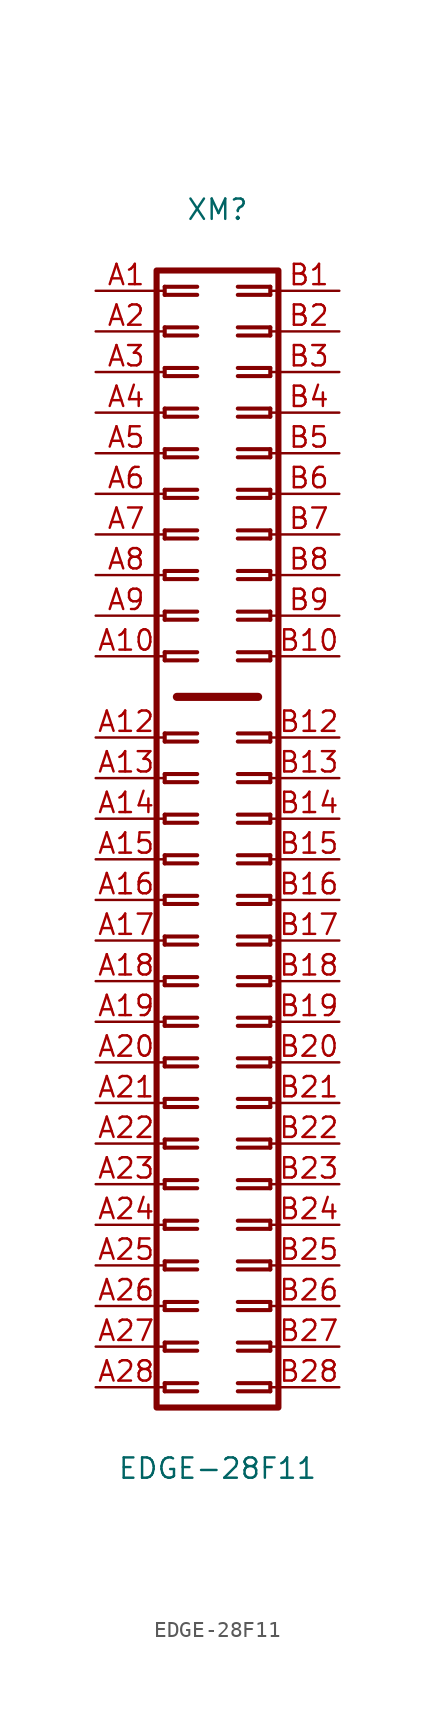
<source format=kicad_sym>
(kicad_symbol_lib
  (version 20231120)
  (generator "kicad_symbol_editor")
  (generator_version "8.0")
  (symbol "EDGE-28F11"
    (pin_names
      (offset 1.016))
    (property "Reference" "XM"
      (at 0 39.37 0)
      (effects (font (size 1.27 1.27))))
    (property "Value" "EDGE-28F11"
      (at 0 -39.37 0)
      (effects (font (size 1.27 1.27))))
    (symbol "EDGE-28F11_0_0"
      (polyline (pts (xy -2.54 8.89) (xy 2.54 8.89)) (stroke (width 0.508) (type default)) (fill (type none))))
    (symbol "EDGE-28F11_0_1"
      (rectangle (start -3.81 35.56) (end 3.81 -35.56) (stroke (width 0.381) (type default)) (fill (type none)))
      (polyline (pts (xy -3.81 -34.29) (xy -3.302 -34.29)) (stroke (width 0) (type default)) (fill (type none)))
      (polyline (pts (xy -3.81 -31.75) (xy -3.302 -31.75)) (stroke (width 0) (type default)) (fill (type none)))
      (polyline (pts (xy -3.81 -29.21) (xy -3.302 -29.21)) (stroke (width 0) (type default)) (fill (type none)))
      (polyline (pts (xy -3.81 -26.67) (xy -3.302 -26.67)) (stroke (width 0) (type default)) (fill (type none)))
      (polyline (pts (xy -3.81 -24.13) (xy -3.302 -24.13)) (stroke (width 0) (type default)) (fill (type none)))
      (polyline (pts (xy -3.81 -21.59) (xy -3.302 -21.59)) (stroke (width 0) (type default)) (fill (type none)))
      (polyline (pts (xy -3.81 -19.05) (xy -3.302 -19.05)) (stroke (width 0) (type default)) (fill (type none)))
      (polyline (pts (xy -3.81 -16.51) (xy -3.302 -16.51)) (stroke (width 0) (type default)) (fill (type none)))
      (polyline (pts (xy -3.81 -13.97) (xy -3.302 -13.97)) (stroke (width 0) (type default)) (fill (type none)))
      (polyline (pts (xy -3.81 -11.43) (xy -3.302 -11.43)) (stroke (width 0) (type default)) (fill (type none)))
      (polyline (pts (xy -3.81 -8.89) (xy -3.302 -8.89)) (stroke (width 0) (type default)) (fill (type none)))
      (polyline (pts (xy -3.81 -6.35) (xy -3.302 -6.35)) (stroke (width 0) (type default)) (fill (type none)))
      (polyline (pts (xy -3.81 -3.81) (xy -3.302 -3.81)) (stroke (width 0) (type default)) (fill (type none)))
      (polyline (pts (xy -3.81 -1.27) (xy -3.302 -1.27)) (stroke (width 0) (type default)) (fill (type none)))
      (polyline (pts (xy -3.81 1.27) (xy -3.302 1.27)) (stroke (width 0) (type default)) (fill (type none)))
      (polyline (pts (xy -3.81 3.81) (xy -3.302 3.81)) (stroke (width 0) (type default)) (fill (type none)))
      (polyline (pts (xy -3.81 6.35) (xy -3.302 6.35)) (stroke (width 0) (type default)) (fill (type none)))
      (polyline (pts (xy -3.81 11.43) (xy -3.302 11.43)) (stroke (width 0) (type default)) (fill (type none)))
      (polyline (pts (xy -3.81 13.97) (xy -3.302 13.97)) (stroke (width 0) (type default)) (fill (type none)))
      (polyline (pts (xy -3.81 16.51) (xy -3.302 16.51)) (stroke (width 0) (type default)) (fill (type none)))
      (polyline (pts (xy -3.81 19.05) (xy -3.302 19.05)) (stroke (width 0) (type default)) (fill (type none)))
      (polyline (pts (xy -3.81 21.59) (xy -3.302 21.59)) (stroke (width 0) (type default)) (fill (type none)))
      (polyline (pts (xy -3.81 24.13) (xy -3.302 24.13)) (stroke (width 0) (type default)) (fill (type none)))
      (polyline (pts (xy -3.81 26.67) (xy -3.302 26.67)) (stroke (width 0) (type default)) (fill (type none)))
      (polyline (pts (xy -3.81 29.21) (xy -3.302 29.21)) (stroke (width 0) (type default)) (fill (type none)))
      (polyline (pts (xy -3.81 31.75) (xy -3.302 31.75)) (stroke (width 0) (type default)) (fill (type none)))
      (polyline (pts (xy -3.81 34.29) (xy -3.302 34.29)) (stroke (width 0) (type default)) (fill (type none)))
      (polyline (pts (xy -3.302 -34.544) (xy -3.302 -34.036)) (stroke (width 0.254) (type default)) (fill (type none)))
      (polyline (pts (xy -3.302 -34.544) (xy -1.27 -34.544)) (stroke (width 0.254) (type default)) (fill (type none)))
      (polyline (pts (xy -3.302 -34.036) (xy -1.27 -34.036)) (stroke (width 0.254) (type default)) (fill (type none)))
      (polyline (pts (xy -3.302 -32.004) (xy -3.302 -31.496)) (stroke (width 0.254) (type default)) (fill (type none)))
      (polyline (pts (xy -3.302 -32.004) (xy -1.27 -32.004)) (stroke (width 0.254) (type default)) (fill (type none)))
      (polyline (pts (xy -3.302 -31.496) (xy -1.27 -31.496)) (stroke (width 0.254) (type default)) (fill (type none)))
      (polyline (pts (xy -3.302 -29.464) (xy -3.302 -28.956)) (stroke (width 0.254) (type default)) (fill (type none)))
      (polyline (pts (xy -3.302 -29.464) (xy -1.27 -29.464)) (stroke (width 0.254) (type default)) (fill (type none)))
      (polyline (pts (xy -3.302 -28.956) (xy -1.27 -28.956)) (stroke (width 0.254) (type default)) (fill (type none)))
      (polyline (pts (xy -3.302 -26.924) (xy -3.302 -26.416)) (stroke (width 0.254) (type default)) (fill (type none)))
      (polyline (pts (xy -3.302 -26.924) (xy -1.27 -26.924)) (stroke (width 0.254) (type default)) (fill (type none)))
      (polyline (pts (xy -3.302 -26.416) (xy -1.27 -26.416)) (stroke (width 0.254) (type default)) (fill (type none)))
      (polyline (pts (xy -3.302 -24.384) (xy -3.302 -23.876)) (stroke (width 0.254) (type default)) (fill (type none)))
      (polyline (pts (xy -3.302 -24.384) (xy -1.27 -24.384)) (stroke (width 0.254) (type default)) (fill (type none)))
      (polyline (pts (xy -3.302 -23.876) (xy -1.27 -23.876)) (stroke (width 0.254) (type default)) (fill (type none)))
      (polyline (pts (xy -3.302 -21.844) (xy -3.302 -21.336)) (stroke (width 0.254) (type default)) (fill (type none)))
      (polyline (pts (xy -3.302 -21.844) (xy -1.27 -21.844)) (stroke (width 0.254) (type default)) (fill (type none)))
      (polyline (pts (xy -3.302 -21.336) (xy -1.27 -21.336)) (stroke (width 0.254) (type default)) (fill (type none)))
      (polyline (pts (xy -3.302 -19.304) (xy -3.302 -18.796)) (stroke (width 0.254) (type default)) (fill (type none)))
      (polyline (pts (xy -3.302 -19.304) (xy -1.27 -19.304)) (stroke (width 0.254) (type default)) (fill (type none)))
      (polyline (pts (xy -3.302 -18.796) (xy -1.27 -18.796)) (stroke (width 0.254) (type default)) (fill (type none)))
      (polyline (pts (xy -3.302 -16.764) (xy -3.302 -16.256)) (stroke (width 0.254) (type default)) (fill (type none)))
      (polyline (pts (xy -3.302 -16.764) (xy -1.27 -16.764)) (stroke (width 0.254) (type default)) (fill (type none)))
      (polyline (pts (xy -3.302 -16.256) (xy -1.27 -16.256)) (stroke (width 0.254) (type default)) (fill (type none)))
      (polyline (pts (xy -3.302 -14.224) (xy -3.302 -13.716)) (stroke (width 0.254) (type default)) (fill (type none)))
      (polyline (pts (xy -3.302 -14.224) (xy -1.27 -14.224)) (stroke (width 0.254) (type default)) (fill (type none)))
      (polyline (pts (xy -3.302 -13.716) (xy -1.27 -13.716)) (stroke (width 0.254) (type default)) (fill (type none)))
      (polyline (pts (xy -3.302 -11.684) (xy -3.302 -11.176)) (stroke (width 0.254) (type default)) (fill (type none)))
      (polyline (pts (xy -3.302 -11.684) (xy -1.27 -11.684)) (stroke (width 0.254) (type default)) (fill (type none)))
      (polyline (pts (xy -3.302 -11.176) (xy -1.27 -11.176)) (stroke (width 0.254) (type default)) (fill (type none)))
      (polyline (pts (xy -3.302 -9.144) (xy -3.302 -8.636)) (stroke (width 0.254) (type default)) (fill (type none)))
      (polyline (pts (xy -3.302 -9.144) (xy -1.27 -9.144)) (stroke (width 0.254) (type default)) (fill (type none)))
      (polyline (pts (xy -3.302 -8.636) (xy -1.27 -8.636)) (stroke (width 0.254) (type default)) (fill (type none)))
      (polyline (pts (xy -3.302 -6.604) (xy -3.302 -6.096)) (stroke (width 0.254) (type default)) (fill (type none)))
      (polyline (pts (xy -3.302 -6.604) (xy -1.27 -6.604)) (stroke (width 0.254) (type default)) (fill (type none)))
      (polyline (pts (xy -3.302 -6.096) (xy -1.27 -6.096)) (stroke (width 0.254) (type default)) (fill (type none)))
      (polyline (pts (xy -3.302 -4.064) (xy -3.302 -3.556)) (stroke (width 0.254) (type default)) (fill (type none)))
      (polyline (pts (xy -3.302 -4.064) (xy -1.27 -4.064)) (stroke (width 0.254) (type default)) (fill (type none)))
      (polyline (pts (xy -3.302 -3.556) (xy -1.27 -3.556)) (stroke (width 0.254) (type default)) (fill (type none)))
      (polyline (pts (xy -3.302 -1.524) (xy -3.302 -1.016)) (stroke (width 0.254) (type default)) (fill (type none)))
      (polyline (pts (xy -3.302 -1.524) (xy -1.27 -1.524)) (stroke (width 0.254) (type default)) (fill (type none)))
      (polyline (pts (xy -3.302 -1.016) (xy -1.27 -1.016)) (stroke (width 0.254) (type default)) (fill (type none)))
      (polyline (pts (xy -3.302 1.016) (xy -3.302 1.524)) (stroke (width 0.254) (type default)) (fill (type none)))
      (polyline (pts (xy -3.302 1.016) (xy -1.27 1.016)) (stroke (width 0.254) (type default)) (fill (type none)))
      (polyline (pts (xy -3.302 1.524) (xy -1.27 1.524)) (stroke (width 0.254) (type default)) (fill (type none)))
      (polyline (pts (xy -3.302 3.556) (xy -3.302 4.064)) (stroke (width 0.254) (type default)) (fill (type none)))
      (polyline (pts (xy -3.302 3.556) (xy -1.27 3.556)) (stroke (width 0.254) (type default)) (fill (type none)))
      (polyline (pts (xy -3.302 4.064) (xy -1.27 4.064)) (stroke (width 0.254) (type default)) (fill (type none)))
      (polyline (pts (xy -3.302 6.096) (xy -3.302 6.604)) (stroke (width 0.254) (type default)) (fill (type none)))
      (polyline (pts (xy -3.302 6.096) (xy -1.27 6.096)) (stroke (width 0.254) (type default)) (fill (type none)))
      (polyline (pts (xy -3.302 6.604) (xy -1.27 6.604)) (stroke (width 0.254) (type default)) (fill (type none)))
      (polyline (pts (xy -3.302 11.176) (xy -3.302 11.684)) (stroke (width 0.254) (type default)) (fill (type none)))
      (polyline (pts (xy -3.302 11.176) (xy -1.27 11.176)) (stroke (width 0.254) (type default)) (fill (type none)))
      (polyline (pts (xy -3.302 11.684) (xy -1.27 11.684)) (stroke (width 0.254) (type default)) (fill (type none)))
      (polyline (pts (xy -3.302 13.716) (xy -3.302 14.224)) (stroke (width 0.254) (type default)) (fill (type none)))
      (polyline (pts (xy -3.302 13.716) (xy -1.27 13.716)) (stroke (width 0.254) (type default)) (fill (type none)))
      (polyline (pts (xy -3.302 14.224) (xy -1.27 14.224)) (stroke (width 0.254) (type default)) (fill (type none)))
      (polyline (pts (xy -3.302 16.256) (xy -3.302 16.764)) (stroke (width 0.254) (type default)) (fill (type none)))
      (polyline (pts (xy -3.302 16.256) (xy -1.27 16.256)) (stroke (width 0.254) (type default)) (fill (type none)))
      (polyline (pts (xy -3.302 16.764) (xy -1.27 16.764)) (stroke (width 0.254) (type default)) (fill (type none)))
      (polyline (pts (xy -3.302 18.796) (xy -3.302 19.304)) (stroke (width 0.254) (type default)) (fill (type none)))
      (polyline (pts (xy -3.302 18.796) (xy -1.27 18.796)) (stroke (width 0.254) (type default)) (fill (type none)))
      (polyline (pts (xy -3.302 19.304) (xy -1.27 19.304)) (stroke (width 0.254) (type default)) (fill (type none)))
      (polyline (pts (xy -3.302 21.336) (xy -3.302 21.844)) (stroke (width 0.254) (type default)) (fill (type none)))
      (polyline (pts (xy -3.302 21.336) (xy -1.27 21.336)) (stroke (width 0.254) (type default)) (fill (type none)))
      (polyline (pts (xy -3.302 21.844) (xy -1.27 21.844)) (stroke (width 0.254) (type default)) (fill (type none)))
      (polyline (pts (xy -3.302 23.876) (xy -3.302 24.384)) (stroke (width 0.254) (type default)) (fill (type none)))
      (polyline (pts (xy -3.302 23.876) (xy -1.27 23.876)) (stroke (width 0.254) (type default)) (fill (type none)))
      (polyline (pts (xy -3.302 24.384) (xy -1.27 24.384)) (stroke (width 0.254) (type default)) (fill (type none)))
      (polyline (pts (xy -3.302 26.416) (xy -3.302 26.924)) (stroke (width 0.254) (type default)) (fill (type none)))
      (polyline (pts (xy -3.302 26.416) (xy -1.27 26.416)) (stroke (width 0.254) (type default)) (fill (type none)))
      (polyline (pts (xy -3.302 26.924) (xy -1.27 26.924)) (stroke (width 0.254) (type default)) (fill (type none)))
      (polyline (pts (xy -3.302 28.956) (xy -3.302 29.464)) (stroke (width 0.254) (type default)) (fill (type none)))
      (polyline (pts (xy -3.302 28.956) (xy -1.27 28.956)) (stroke (width 0.254) (type default)) (fill (type none)))
      (polyline (pts (xy -3.302 29.464) (xy -1.27 29.464)) (stroke (width 0.254) (type default)) (fill (type none)))
      (polyline (pts (xy -3.302 31.496) (xy -3.302 32.004)) (stroke (width 0.254) (type default)) (fill (type none)))
      (polyline (pts (xy -3.302 31.496) (xy -1.27 31.496)) (stroke (width 0.254) (type default)) (fill (type none)))
      (polyline (pts (xy -3.302 32.004) (xy -1.27 32.004)) (stroke (width 0.254) (type default)) (fill (type none)))
      (polyline (pts (xy -3.302 34.036) (xy -3.302 34.544)) (stroke (width 0.254) (type default)) (fill (type none)))
      (polyline (pts (xy -3.302 34.036) (xy -1.27 34.036)) (stroke (width 0.254) (type default)) (fill (type none)))
      (polyline (pts (xy -3.302 34.544) (xy -1.27 34.544)) (stroke (width 0.254) (type default)) (fill (type none)))
      (polyline (pts (xy 3.302 -34.544) (xy 1.27 -34.544)) (stroke (width 0.254) (type default)) (fill (type none)))
      (polyline (pts (xy 3.302 -34.544) (xy 3.302 -34.036)) (stroke (width 0.254) (type default)) (fill (type none)))
      (polyline (pts (xy 3.302 -34.036) (xy 1.27 -34.036)) (stroke (width 0.254) (type default)) (fill (type none)))
      (polyline (pts (xy 3.302 -32.004) (xy 1.27 -32.004)) (stroke (width 0.254) (type default)) (fill (type none)))
      (polyline (pts (xy 3.302 -32.004) (xy 3.302 -31.496)) (stroke (width 0.254) (type default)) (fill (type none)))
      (polyline (pts (xy 3.302 -31.496) (xy 1.27 -31.496)) (stroke (width 0.254) (type default)) (fill (type none)))
      (polyline (pts (xy 3.302 -29.464) (xy 1.27 -29.464)) (stroke (width 0.254) (type default)) (fill (type none)))
      (polyline (pts (xy 3.302 -29.464) (xy 3.302 -28.956)) (stroke (width 0.254) (type default)) (fill (type none)))
      (polyline (pts (xy 3.302 -28.956) (xy 1.27 -28.956)) (stroke (width 0.254) (type default)) (fill (type none)))
      (polyline (pts (xy 3.302 -26.924) (xy 1.27 -26.924)) (stroke (width 0.254) (type default)) (fill (type none)))
      (polyline (pts (xy 3.302 -26.924) (xy 3.302 -26.416)) (stroke (width 0.254) (type default)) (fill (type none)))
      (polyline (pts (xy 3.302 -26.416) (xy 1.27 -26.416)) (stroke (width 0.254) (type default)) (fill (type none)))
      (polyline (pts (xy 3.302 -24.384) (xy 1.27 -24.384)) (stroke (width 0.254) (type default)) (fill (type none)))
      (polyline (pts (xy 3.302 -24.384) (xy 3.302 -23.876)) (stroke (width 0.254) (type default)) (fill (type none)))
      (polyline (pts (xy 3.302 -23.876) (xy 1.27 -23.876)) (stroke (width 0.254) (type default)) (fill (type none)))
      (polyline (pts (xy 3.302 -21.844) (xy 1.27 -21.844)) (stroke (width 0.254) (type default)) (fill (type none)))
      (polyline (pts (xy 3.302 -21.844) (xy 3.302 -21.336)) (stroke (width 0.254) (type default)) (fill (type none)))
      (polyline (pts (xy 3.302 -21.336) (xy 1.27 -21.336)) (stroke (width 0.254) (type default)) (fill (type none)))
      (polyline (pts (xy 3.302 -19.304) (xy 1.27 -19.304)) (stroke (width 0.254) (type default)) (fill (type none)))
      (polyline (pts (xy 3.302 -19.304) (xy 3.302 -18.796)) (stroke (width 0.254) (type default)) (fill (type none)))
      (polyline (pts (xy 3.302 -18.796) (xy 1.27 -18.796)) (stroke (width 0.254) (type default)) (fill (type none)))
      (polyline (pts (xy 3.302 -16.764) (xy 1.27 -16.764)) (stroke (width 0.254) (type default)) (fill (type none)))
      (polyline (pts (xy 3.302 -16.764) (xy 3.302 -16.256)) (stroke (width 0.254) (type default)) (fill (type none)))
      (polyline (pts (xy 3.302 -16.256) (xy 1.27 -16.256)) (stroke (width 0.254) (type default)) (fill (type none)))
      (polyline (pts (xy 3.302 -14.224) (xy 1.27 -14.224)) (stroke (width 0.254) (type default)) (fill (type none)))
      (polyline (pts (xy 3.302 -14.224) (xy 3.302 -13.716)) (stroke (width 0.254) (type default)) (fill (type none)))
      (polyline (pts (xy 3.302 -13.716) (xy 1.27 -13.716)) (stroke (width 0.254) (type default)) (fill (type none)))
      (polyline (pts (xy 3.302 -11.684) (xy 1.27 -11.684)) (stroke (width 0.254) (type default)) (fill (type none)))
      (polyline (pts (xy 3.302 -11.684) (xy 3.302 -11.176)) (stroke (width 0.254) (type default)) (fill (type none)))
      (polyline (pts (xy 3.302 -11.176) (xy 1.27 -11.176)) (stroke (width 0.254) (type default)) (fill (type none)))
      (polyline (pts (xy 3.302 -9.144) (xy 1.27 -9.144)) (stroke (width 0.254) (type default)) (fill (type none)))
      (polyline (pts (xy 3.302 -9.144) (xy 3.302 -8.636)) (stroke (width 0.254) (type default)) (fill (type none)))
      (polyline (pts (xy 3.302 -8.636) (xy 1.27 -8.636)) (stroke (width 0.254) (type default)) (fill (type none)))
      (polyline (pts (xy 3.302 -6.604) (xy 1.27 -6.604)) (stroke (width 0.254) (type default)) (fill (type none)))
      (polyline (pts (xy 3.302 -6.604) (xy 3.302 -6.096)) (stroke (width 0.254) (type default)) (fill (type none)))
      (polyline (pts (xy 3.302 -6.096) (xy 1.27 -6.096)) (stroke (width 0.254) (type default)) (fill (type none)))
      (polyline (pts (xy 3.302 -4.064) (xy 1.27 -4.064)) (stroke (width 0.254) (type default)) (fill (type none)))
      (polyline (pts (xy 3.302 -4.064) (xy 3.302 -3.556)) (stroke (width 0.254) (type default)) (fill (type none)))
      (polyline (pts (xy 3.302 -3.556) (xy 1.27 -3.556)) (stroke (width 0.254) (type default)) (fill (type none)))
      (polyline (pts (xy 3.302 -1.524) (xy 1.27 -1.524)) (stroke (width 0.254) (type default)) (fill (type none)))
      (polyline (pts (xy 3.302 -1.524) (xy 3.302 -1.016)) (stroke (width 0.254) (type default)) (fill (type none)))
      (polyline (pts (xy 3.302 -1.016) (xy 1.27 -1.016)) (stroke (width 0.254) (type default)) (fill (type none)))
      (polyline (pts (xy 3.302 1.016) (xy 1.27 1.016)) (stroke (width 0.254) (type default)) (fill (type none)))
      (polyline (pts (xy 3.302 1.016) (xy 3.302 1.524)) (stroke (width 0.254) (type default)) (fill (type none)))
      (polyline (pts (xy 3.302 1.524) (xy 1.27 1.524)) (stroke (width 0.254) (type default)) (fill (type none)))
      (polyline (pts (xy 3.302 3.556) (xy 1.27 3.556)) (stroke (width 0.254) (type default)) (fill (type none)))
      (polyline (pts (xy 3.302 3.556) (xy 3.302 4.064)) (stroke (width 0.254) (type default)) (fill (type none)))
      (polyline (pts (xy 3.302 4.064) (xy 1.27 4.064)) (stroke (width 0.254) (type default)) (fill (type none)))
      (polyline (pts (xy 3.302 6.096) (xy 1.27 6.096)) (stroke (width 0.254) (type default)) (fill (type none)))
      (polyline (pts (xy 3.302 6.096) (xy 3.302 6.604)) (stroke (width 0.254) (type default)) (fill (type none)))
      (polyline (pts (xy 3.302 6.604) (xy 1.27 6.604)) (stroke (width 0.254) (type default)) (fill (type none)))
      (polyline (pts (xy 3.302 11.176) (xy 1.27 11.176)) (stroke (width 0.254) (type default)) (fill (type none)))
      (polyline (pts (xy 3.302 11.176) (xy 3.302 11.684)) (stroke (width 0.254) (type default)) (fill (type none)))
      (polyline (pts (xy 3.302 11.684) (xy 1.27 11.684)) (stroke (width 0.254) (type default)) (fill (type none)))
      (polyline (pts (xy 3.302 13.716) (xy 1.27 13.716)) (stroke (width 0.254) (type default)) (fill (type none)))
      (polyline (pts (xy 3.302 13.716) (xy 3.302 14.224)) (stroke (width 0.254) (type default)) (fill (type none)))
      (polyline (pts (xy 3.302 14.224) (xy 1.27 14.224)) (stroke (width 0.254) (type default)) (fill (type none)))
      (polyline (pts (xy 3.302 16.256) (xy 1.27 16.256)) (stroke (width 0.254) (type default)) (fill (type none)))
      (polyline (pts (xy 3.302 16.256) (xy 3.302 16.764)) (stroke (width 0.254) (type default)) (fill (type none)))
      (polyline (pts (xy 3.302 16.764) (xy 1.27 16.764)) (stroke (width 0.254) (type default)) (fill (type none)))
      (polyline (pts (xy 3.302 18.796) (xy 1.27 18.796)) (stroke (width 0.254) (type default)) (fill (type none)))
      (polyline (pts (xy 3.302 18.796) (xy 3.302 19.304)) (stroke (width 0.254) (type default)) (fill (type none)))
      (polyline (pts (xy 3.302 19.304) (xy 1.27 19.304)) (stroke (width 0.254) (type default)) (fill (type none)))
      (polyline (pts (xy 3.302 21.336) (xy 1.27 21.336)) (stroke (width 0.254) (type default)) (fill (type none)))
      (polyline (pts (xy 3.302 21.336) (xy 3.302 21.844)) (stroke (width 0.254) (type default)) (fill (type none)))
      (polyline (pts (xy 3.302 21.844) (xy 1.27 21.844)) (stroke (width 0.254) (type default)) (fill (type none)))
      (polyline (pts (xy 3.302 23.876) (xy 1.27 23.876)) (stroke (width 0.254) (type default)) (fill (type none)))
      (polyline (pts (xy 3.302 23.876) (xy 3.302 24.384)) (stroke (width 0.254) (type default)) (fill (type none)))
      (polyline (pts (xy 3.302 24.384) (xy 1.27 24.384)) (stroke (width 0.254) (type default)) (fill (type none)))
      (polyline (pts (xy 3.302 26.416) (xy 1.27 26.416)) (stroke (width 0.254) (type default)) (fill (type none)))
      (polyline (pts (xy 3.302 26.416) (xy 3.302 26.924)) (stroke (width 0.254) (type default)) (fill (type none)))
      (polyline (pts (xy 3.302 26.924) (xy 1.27 26.924)) (stroke (width 0.254) (type default)) (fill (type none)))
      (polyline (pts (xy 3.302 28.956) (xy 1.27 28.956)) (stroke (width 0.254) (type default)) (fill (type none)))
      (polyline (pts (xy 3.302 28.956) (xy 3.302 29.464)) (stroke (width 0.254) (type default)) (fill (type none)))
      (polyline (pts (xy 3.302 29.464) (xy 1.27 29.464)) (stroke (width 0.254) (type default)) (fill (type none)))
      (polyline (pts (xy 3.302 31.496) (xy 1.27 31.496)) (stroke (width 0.254) (type default)) (fill (type none)))
      (polyline (pts (xy 3.302 31.496) (xy 3.302 32.004)) (stroke (width 0.254) (type default)) (fill (type none)))
      (polyline (pts (xy 3.302 32.004) (xy 1.27 32.004)) (stroke (width 0.254) (type default)) (fill (type none)))
      (polyline (pts (xy 3.302 34.036) (xy 1.27 34.036)) (stroke (width 0.254) (type default)) (fill (type none)))
      (polyline (pts (xy 3.302 34.036) (xy 3.302 34.544)) (stroke (width 0.254) (type default)) (fill (type none)))
      (polyline (pts (xy 3.302 34.544) (xy 1.27 34.544)) (stroke (width 0.254) (type default)) (fill (type none)))
      (polyline (pts (xy 3.81 -34.29) (xy 3.302 -34.29)) (stroke (width 0) (type default)) (fill (type none)))
      (polyline (pts (xy 3.81 -31.75) (xy 3.302 -31.75)) (stroke (width 0) (type default)) (fill (type none)))
      (polyline (pts (xy 3.81 -29.21) (xy 3.302 -29.21)) (stroke (width 0) (type default)) (fill (type none)))
      (polyline (pts (xy 3.81 -26.67) (xy 3.302 -26.67)) (stroke (width 0) (type default)) (fill (type none)))
      (polyline (pts (xy 3.81 -24.13) (xy 3.302 -24.13)) (stroke (width 0) (type default)) (fill (type none)))
      (polyline (pts (xy 3.81 -21.59) (xy 3.302 -21.59)) (stroke (width 0) (type default)) (fill (type none)))
      (polyline (pts (xy 3.81 -19.05) (xy 3.302 -19.05)) (stroke (width 0) (type default)) (fill (type none)))
      (polyline (pts (xy 3.81 -16.51) (xy 3.302 -16.51)) (stroke (width 0) (type default)) (fill (type none)))
      (polyline (pts (xy 3.81 -13.97) (xy 3.302 -13.97)) (stroke (width 0) (type default)) (fill (type none)))
      (polyline (pts (xy 3.81 -11.43) (xy 3.302 -11.43)) (stroke (width 0) (type default)) (fill (type none)))
      (polyline (pts (xy 3.81 -8.89) (xy 3.302 -8.89)) (stroke (width 0) (type default)) (fill (type none)))
      (polyline (pts (xy 3.81 -6.35) (xy 3.302 -6.35)) (stroke (width 0) (type default)) (fill (type none)))
      (polyline (pts (xy 3.81 -3.81) (xy 3.302 -3.81)) (stroke (width 0) (type default)) (fill (type none)))
      (polyline (pts (xy 3.81 -1.27) (xy 3.302 -1.27)) (stroke (width 0) (type default)) (fill (type none)))
      (polyline (pts (xy 3.81 1.27) (xy 3.302 1.27)) (stroke (width 0) (type default)) (fill (type none)))
      (polyline (pts (xy 3.81 3.81) (xy 3.302 3.81)) (stroke (width 0) (type default)) (fill (type none)))
      (polyline (pts (xy 3.81 6.35) (xy 3.302 6.35)) (stroke (width 0) (type default)) (fill (type none)))
      (polyline (pts (xy 3.81 11.43) (xy 3.302 11.43)) (stroke (width 0) (type default)) (fill (type none)))
      (polyline (pts (xy 3.81 13.97) (xy 3.302 13.97)) (stroke (width 0) (type default)) (fill (type none)))
      (polyline (pts (xy 3.81 16.51) (xy 3.302 16.51)) (stroke (width 0) (type default)) (fill (type none)))
      (polyline (pts (xy 3.81 19.05) (xy 3.302 19.05)) (stroke (width 0) (type default)) (fill (type none)))
      (polyline (pts (xy 3.81 21.59) (xy 3.302 21.59)) (stroke (width 0) (type default)) (fill (type none)))
      (polyline (pts (xy 3.81 24.13) (xy 3.302 24.13)) (stroke (width 0) (type default)) (fill (type none)))
      (polyline (pts (xy 3.81 26.67) (xy 3.302 26.67)) (stroke (width 0) (type default)) (fill (type none)))
      (polyline (pts (xy 3.81 29.21) (xy 3.302 29.21)) (stroke (width 0) (type default)) (fill (type none)))
      (polyline (pts (xy 3.81 31.75) (xy 3.302 31.75)) (stroke (width 0) (type default)) (fill (type none)))
      (polyline (pts (xy 3.81 34.29) (xy 3.302 34.29)) (stroke (width 0) (type default)) (fill (type none))))
    (symbol "EDGE-28F11_1_1"
      (pin passive line (at -7.62 34.29 0) (length 3.81) (name "~" (effects (font (size 1.27 1.27)))) (number "A1" (effects (font (size 1.27 1.27)))))
      (pin passive line (at -7.62 11.43 0) (length 3.81) (name "~" (effects (font (size 1.27 1.27)))) (number "A10" (effects (font (size 1.27 1.27)))))
      (pin passive line (at -7.62 6.35 0) (length 3.81) (name "~" (effects (font (size 1.27 1.27)))) (number "A12" (effects (font (size 1.27 1.27)))))
      (pin passive line (at -7.62 3.81 0) (length 3.81) (name "~" (effects (font (size 1.27 1.27)))) (number "A13" (effects (font (size 1.27 1.27)))))
      (pin passive line (at -7.62 1.27 0) (length 3.81) (name "~" (effects (font (size 1.27 1.27)))) (number "A14" (effects (font (size 1.27 1.27)))))
      (pin passive line (at -7.62 -1.27 0) (length 3.81) (name "~" (effects (font (size 1.27 1.27)))) (number "A15" (effects (font (size 1.27 1.27)))))
      (pin passive line (at -7.62 -3.81 0) (length 3.81) (name "~" (effects (font (size 1.27 1.27)))) (number "A16" (effects (font (size 1.27 1.27)))))
      (pin passive line (at -7.62 -6.35 0) (length 3.81) (name "~" (effects (font (size 1.27 1.27)))) (number "A17" (effects (font (size 1.27 1.27)))))
      (pin passive line (at -7.62 -8.89 0) (length 3.81) (name "~" (effects (font (size 1.27 1.27)))) (number "A18" (effects (font (size 1.27 1.27)))))
      (pin passive line (at -7.62 -11.43 0) (length 3.81) (name "~" (effects (font (size 1.27 1.27)))) (number "A19" (effects (font (size 1.27 1.27)))))
      (pin passive line (at -7.62 31.75 0) (length 3.81) (name "~" (effects (font (size 1.27 1.27)))) (number "A2" (effects (font (size 1.27 1.27)))))
      (pin passive line (at -7.62 -13.97 0) (length 3.81) (name "~" (effects (font (size 1.27 1.27)))) (number "A20" (effects (font (size 1.27 1.27)))))
      (pin passive line (at -7.62 -16.51 0) (length 3.81) (name "~" (effects (font (size 1.27 1.27)))) (number "A21" (effects (font (size 1.27 1.27)))))
      (pin passive line (at -7.62 -19.05 0) (length 3.81) (name "~" (effects (font (size 1.27 1.27)))) (number "A22" (effects (font (size 1.27 1.27)))))
      (pin passive line (at -7.62 -21.59 0) (length 3.81) (name "~" (effects (font (size 1.27 1.27)))) (number "A23" (effects (font (size 1.27 1.27)))))
      (pin passive line (at -7.62 -24.13 0) (length 3.81) (name "~" (effects (font (size 1.27 1.27)))) (number "A24" (effects (font (size 1.27 1.27)))))
      (pin passive line (at -7.62 -26.67 0) (length 3.81) (name "~" (effects (font (size 1.27 1.27)))) (number "A25" (effects (font (size 1.27 1.27)))))
      (pin passive line (at -7.62 -29.21 0) (length 3.81) (name "~" (effects (font (size 1.27 1.27)))) (number "A26" (effects (font (size 1.27 1.27)))))
      (pin passive line (at -7.62 -31.75 0) (length 3.81) (name "~" (effects (font (size 1.27 1.27)))) (number "A27" (effects (font (size 1.27 1.27)))))
      (pin passive line (at -7.62 -34.29 0) (length 3.81) (name "~" (effects (font (size 1.27 1.27)))) (number "A28" (effects (font (size 1.27 1.27)))))
      (pin passive line (at -7.62 29.21 0) (length 3.81) (name "~" (effects (font (size 1.27 1.27)))) (number "A3" (effects (font (size 1.27 1.27)))))
      (pin passive line (at -7.62 26.67 0) (length 3.81) (name "~" (effects (font (size 1.27 1.27)))) (number "A4" (effects (font (size 1.27 1.27)))))
      (pin passive line (at -7.62 24.13 0) (length 3.81) (name "~" (effects (font (size 1.27 1.27)))) (number "A5" (effects (font (size 1.27 1.27)))))
      (pin passive line (at -7.62 21.59 0) (length 3.81) (name "~" (effects (font (size 1.27 1.27)))) (number "A6" (effects (font (size 1.27 1.27)))))
      (pin passive line (at -7.62 19.05 0) (length 3.81) (name "~" (effects (font (size 1.27 1.27)))) (number "A7" (effects (font (size 1.27 1.27)))))
      (pin passive line (at -7.62 16.51 0) (length 3.81) (name "~" (effects (font (size 1.27 1.27)))) (number "A8" (effects (font (size 1.27 1.27)))))
      (pin passive line (at -7.62 13.97 0) (length 3.81) (name "~" (effects (font (size 1.27 1.27)))) (number "A9" (effects (font (size 1.27 1.27)))))
      (pin passive line (at 7.62 34.29 180) (length 3.81) (name "~" (effects (font (size 1.27 1.27)))) (number "B1" (effects (font (size 1.27 1.27)))))
      (pin passive line (at 7.62 11.43 180) (length 3.81) (name "~" (effects (font (size 1.27 1.27)))) (number "B10" (effects (font (size 1.27 1.27)))))
      (pin passive line (at 7.62 6.35 180) (length 3.81) (name "~" (effects (font (size 1.27 1.27)))) (number "B12" (effects (font (size 1.27 1.27)))))
      (pin passive line (at 7.62 3.81 180) (length 3.81) (name "~" (effects (font (size 1.27 1.27)))) (number "B13" (effects (font (size 1.27 1.27)))))
      (pin passive line (at 7.62 1.27 180) (length 3.81) (name "~" (effects (font (size 1.27 1.27)))) (number "B14" (effects (font (size 1.27 1.27)))))
      (pin passive line (at 7.62 -1.27 180) (length 3.81) (name "~" (effects (font (size 1.27 1.27)))) (number "B15" (effects (font (size 1.27 1.27)))))
      (pin passive line (at 7.62 -3.81 180) (length 3.81) (name "~" (effects (font (size 1.27 1.27)))) (number "B16" (effects (font (size 1.27 1.27)))))
      (pin passive line (at 7.62 -6.35 180) (length 3.81) (name "~" (effects (font (size 1.27 1.27)))) (number "B17" (effects (font (size 1.27 1.27)))))
      (pin passive line (at 7.62 -8.89 180) (length 3.81) (name "~" (effects (font (size 1.27 1.27)))) (number "B18" (effects (font (size 1.27 1.27)))))
      (pin passive line (at 7.62 -11.43 180) (length 3.81) (name "~" (effects (font (size 1.27 1.27)))) (number "B19" (effects (font (size 1.27 1.27)))))
      (pin passive line (at 7.62 31.75 180) (length 3.81) (name "~" (effects (font (size 1.27 1.27)))) (number "B2" (effects (font (size 1.27 1.27)))))
      (pin passive line (at 7.62 -13.97 180) (length 3.81) (name "~" (effects (font (size 1.27 1.27)))) (number "B20" (effects (font (size 1.27 1.27)))))
      (pin passive line (at 7.62 -16.51 180) (length 3.81) (name "~" (effects (font (size 1.27 1.27)))) (number "B21" (effects (font (size 1.27 1.27)))))
      (pin passive line (at 7.62 -19.05 180) (length 3.81) (name "~" (effects (font (size 1.27 1.27)))) (number "B22" (effects (font (size 1.27 1.27)))))
      (pin passive line (at 7.62 -21.59 180) (length 3.81) (name "~" (effects (font (size 1.27 1.27)))) (number "B23" (effects (font (size 1.27 1.27)))))
      (pin passive line (at 7.62 -24.13 180) (length 3.81) (name "~" (effects (font (size 1.27 1.27)))) (number "B24" (effects (font (size 1.27 1.27)))))
      (pin passive line (at 7.62 -26.67 180) (length 3.81) (name "~" (effects (font (size 1.27 1.27)))) (number "B25" (effects (font (size 1.27 1.27)))))
      (pin passive line (at 7.62 -29.21 180) (length 3.81) (name "~" (effects (font (size 1.27 1.27)))) (number "B26" (effects (font (size 1.27 1.27)))))
      (pin passive line (at 7.62 -31.75 180) (length 3.81) (name "~" (effects (font (size 1.27 1.27)))) (number "B27" (effects (font (size 1.27 1.27)))))
      (pin passive line (at 7.62 -34.29 180) (length 3.81) (name "~" (effects (font (size 1.27 1.27)))) (number "B28" (effects (font (size 1.27 1.27)))))
      (pin passive line (at 7.62 29.21 180) (length 3.81) (name "~" (effects (font (size 1.27 1.27)))) (number "B3" (effects (font (size 1.27 1.27)))))
      (pin passive line (at 7.62 26.67 180) (length 3.81) (name "~" (effects (font (size 1.27 1.27)))) (number "B4" (effects (font (size 1.27 1.27)))))
      (pin passive line (at 7.62 24.13 180) (length 3.81) (name "~" (effects (font (size 1.27 1.27)))) (number "B5" (effects (font (size 1.27 1.27)))))
      (pin passive line (at 7.62 21.59 180) (length 3.81) (name "~" (effects (font (size 1.27 1.27)))) (number "B6" (effects (font (size 1.27 1.27)))))
      (pin passive line (at 7.62 19.05 180) (length 3.81) (name "~" (effects (font (size 1.27 1.27)))) (number "B7" (effects (font (size 1.27 1.27)))))
      (pin passive line (at 7.62 16.51 180) (length 3.81) (name "~" (effects (font (size 1.27 1.27)))) (number "B8" (effects (font (size 1.27 1.27)))))
      (pin passive line (at 7.62 13.97 180) (length 3.81) (name "~" (effects (font (size 1.27 1.27)))) (number "B9" (effects (font (size 1.27 1.27))))))))
</source>
